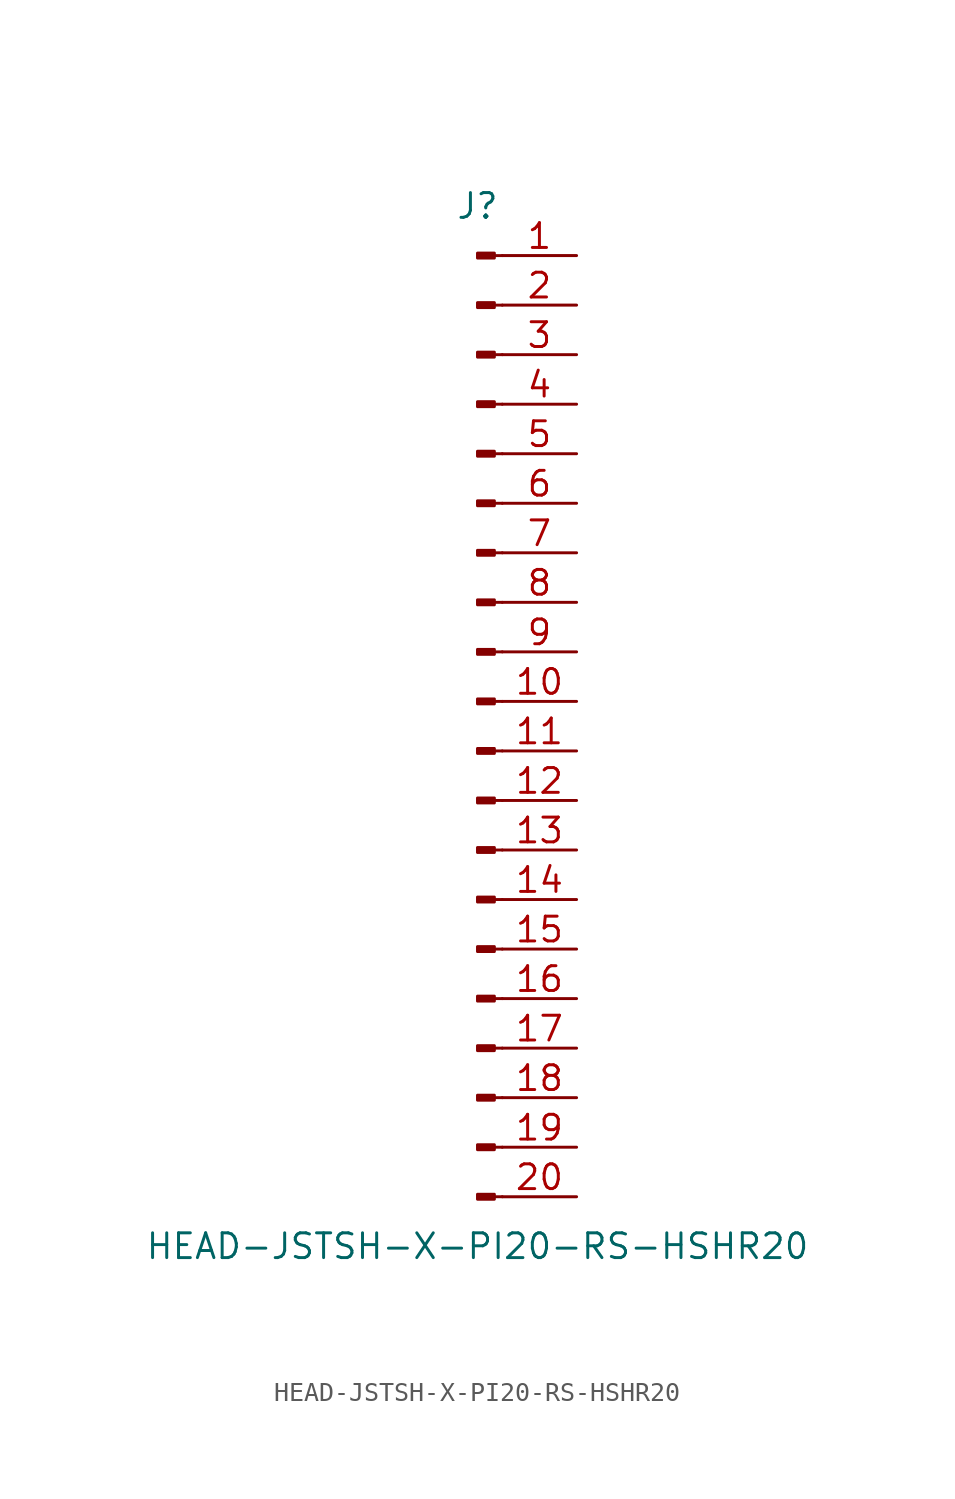
<source format=kicad_sym>
(kicad_symbol_lib
  (version 20211014)
  (generator kicad_symbol_editor)
  (symbol "HEAD-JSTSH-X-PI20-RS-HSHR20"
    (pin_names
      (offset 1.016) hide)
    (property "Reference" "J"
      (at 0 25.4 0)
      (effects (font (size 1.27 1.27))))
    (property "Value" "HEAD-JSTSH-X-PI20-RS-HSHR20"
      (at 0 -27.94 0)
      (effects (font (size 1.27 1.27))))
    (symbol "HEAD-JSTSH-X-PI20-RS-HSHR20_1_1"
      (polyline (pts (xy 1.27 -25.4) (xy 0.864 -25.4)) (stroke (width 0.152) (type default) (color 0 0 0 0)) (fill (type none)))
      (polyline (pts (xy 1.27 -22.86) (xy 0.864 -22.86)) (stroke (width 0.152) (type default) (color 0 0 0 0)) (fill (type none)))
      (polyline (pts (xy 1.27 -20.32) (xy 0.864 -20.32)) (stroke (width 0.152) (type default) (color 0 0 0 0)) (fill (type none)))
      (polyline (pts (xy 1.27 -17.78) (xy 0.864 -17.78)) (stroke (width 0.152) (type default) (color 0 0 0 0)) (fill (type none)))
      (polyline (pts (xy 1.27 -15.24) (xy 0.864 -15.24)) (stroke (width 0.152) (type default) (color 0 0 0 0)) (fill (type none)))
      (polyline (pts (xy 1.27 -12.7) (xy 0.864 -12.7)) (stroke (width 0.152) (type default) (color 0 0 0 0)) (fill (type none)))
      (polyline (pts (xy 1.27 -10.16) (xy 0.864 -10.16)) (stroke (width 0.152) (type default) (color 0 0 0 0)) (fill (type none)))
      (polyline (pts (xy 1.27 -7.62) (xy 0.864 -7.62)) (stroke (width 0.152) (type default) (color 0 0 0 0)) (fill (type none)))
      (polyline (pts (xy 1.27 -5.08) (xy 0.864 -5.08)) (stroke (width 0.152) (type default) (color 0 0 0 0)) (fill (type none)))
      (polyline (pts (xy 1.27 -2.54) (xy 0.864 -2.54)) (stroke (width 0.152) (type default) (color 0 0 0 0)) (fill (type none)))
      (polyline (pts (xy 1.27 0) (xy 0.864 0)) (stroke (width 0.152) (type default) (color 0 0 0 0)) (fill (type none)))
      (polyline (pts (xy 1.27 2.54) (xy 0.864 2.54)) (stroke (width 0.152) (type default) (color 0 0 0 0)) (fill (type none)))
      (polyline (pts (xy 1.27 5.08) (xy 0.864 5.08)) (stroke (width 0.152) (type default) (color 0 0 0 0)) (fill (type none)))
      (polyline (pts (xy 1.27 7.62) (xy 0.864 7.62)) (stroke (width 0.152) (type default) (color 0 0 0 0)) (fill (type none)))
      (polyline (pts (xy 1.27 10.16) (xy 0.864 10.16)) (stroke (width 0.152) (type default) (color 0 0 0 0)) (fill (type none)))
      (polyline (pts (xy 1.27 12.7) (xy 0.864 12.7)) (stroke (width 0.152) (type default) (color 0 0 0 0)) (fill (type none)))
      (polyline (pts (xy 1.27 15.24) (xy 0.864 15.24)) (stroke (width 0.152) (type default) (color 0 0 0 0)) (fill (type none)))
      (polyline (pts (xy 1.27 17.78) (xy 0.864 17.78)) (stroke (width 0.152) (type default) (color 0 0 0 0)) (fill (type none)))
      (polyline (pts (xy 1.27 20.32) (xy 0.864 20.32)) (stroke (width 0.152) (type default) (color 0 0 0 0)) (fill (type none)))
      (polyline (pts (xy 1.27 22.86) (xy 0.864 22.86)) (stroke (width 0.152) (type default) (color 0 0 0 0)) (fill (type none)))
      (rectangle (start 0.864 -25.273) (end 0 -25.527) (stroke (width 0.152) (type default) (color 0 0 0 0)) (fill (type outline)))
      (rectangle (start 0.864 -22.733) (end 0 -22.987) (stroke (width 0.152) (type default) (color 0 0 0 0)) (fill (type outline)))
      (rectangle (start 0.864 -20.193) (end 0 -20.447) (stroke (width 0.152) (type default) (color 0 0 0 0)) (fill (type outline)))
      (rectangle (start 0.864 -17.653) (end 0 -17.907) (stroke (width 0.152) (type default) (color 0 0 0 0)) (fill (type outline)))
      (rectangle (start 0.864 -15.113) (end 0 -15.367) (stroke (width 0.152) (type default) (color 0 0 0 0)) (fill (type outline)))
      (rectangle (start 0.864 -12.573) (end 0 -12.827) (stroke (width 0.152) (type default) (color 0 0 0 0)) (fill (type outline)))
      (rectangle (start 0.864 -10.033) (end 0 -10.287) (stroke (width 0.152) (type default) (color 0 0 0 0)) (fill (type outline)))
      (rectangle (start 0.864 -7.493) (end 0 -7.747) (stroke (width 0.152) (type default) (color 0 0 0 0)) (fill (type outline)))
      (rectangle (start 0.864 -4.953) (end 0 -5.207) (stroke (width 0.152) (type default) (color 0 0 0 0)) (fill (type outline)))
      (rectangle (start 0.864 -2.413) (end 0 -2.667) (stroke (width 0.152) (type default) (color 0 0 0 0)) (fill (type outline)))
      (rectangle (start 0.864 0.127) (end 0 -0.127) (stroke (width 0.152) (type default) (color 0 0 0 0)) (fill (type outline)))
      (rectangle (start 0.864 2.667) (end 0 2.413) (stroke (width 0.152) (type default) (color 0 0 0 0)) (fill (type outline)))
      (rectangle (start 0.864 5.207) (end 0 4.953) (stroke (width 0.152) (type default) (color 0 0 0 0)) (fill (type outline)))
      (rectangle (start 0.864 7.747) (end 0 7.493) (stroke (width 0.152) (type default) (color 0 0 0 0)) (fill (type outline)))
      (rectangle (start 0.864 10.287) (end 0 10.033) (stroke (width 0.152) (type default) (color 0 0 0 0)) (fill (type outline)))
      (rectangle (start 0.864 12.827) (end 0 12.573) (stroke (width 0.152) (type default) (color 0 0 0 0)) (fill (type outline)))
      (rectangle (start 0.864 15.367) (end 0 15.113) (stroke (width 0.152) (type default) (color 0 0 0 0)) (fill (type outline)))
      (rectangle (start 0.864 17.907) (end 0 17.653) (stroke (width 0.152) (type default) (color 0 0 0 0)) (fill (type outline)))
      (rectangle (start 0.864 20.447) (end 0 20.193) (stroke (width 0.152) (type default) (color 0 0 0 0)) (fill (type outline)))
      (rectangle (start 0.864 22.987) (end 0 22.733) (stroke (width 0.152) (type default) (color 0 0 0 0)) (fill (type outline)))
      (pin passive line (at 5.08 22.86 180) (length 3.81) (name "Pin_1" (effects (font (size 1.27 1.27)))) (number "1" (effects (font (size 1.27 1.27)))))
      (pin passive line (at 5.08 0 180) (length 3.81) (name "Pin_10" (effects (font (size 1.27 1.27)))) (number "10" (effects (font (size 1.27 1.27)))))
      (pin passive line (at 5.08 -2.54 180) (length 3.81) (name "Pin_11" (effects (font (size 1.27 1.27)))) (number "11" (effects (font (size 1.27 1.27)))))
      (pin passive line (at 5.08 -5.08 180) (length 3.81) (name "Pin_12" (effects (font (size 1.27 1.27)))) (number "12" (effects (font (size 1.27 1.27)))))
      (pin passive line (at 5.08 -7.62 180) (length 3.81) (name "Pin_13" (effects (font (size 1.27 1.27)))) (number "13" (effects (font (size 1.27 1.27)))))
      (pin passive line (at 5.08 -10.16 180) (length 3.81) (name "Pin_14" (effects (font (size 1.27 1.27)))) (number "14" (effects (font (size 1.27 1.27)))))
      (pin passive line (at 5.08 -12.7 180) (length 3.81) (name "Pin_15" (effects (font (size 1.27 1.27)))) (number "15" (effects (font (size 1.27 1.27)))))
      (pin passive line (at 5.08 -15.24 180) (length 3.81) (name "Pin_16" (effects (font (size 1.27 1.27)))) (number "16" (effects (font (size 1.27 1.27)))))
      (pin passive line (at 5.08 -17.78 180) (length 3.81) (name "Pin_17" (effects (font (size 1.27 1.27)))) (number "17" (effects (font (size 1.27 1.27)))))
      (pin passive line (at 5.08 -20.32 180) (length 3.81) (name "Pin_18" (effects (font (size 1.27 1.27)))) (number "18" (effects (font (size 1.27 1.27)))))
      (pin passive line (at 5.08 -22.86 180) (length 3.81) (name "Pin_19" (effects (font (size 1.27 1.27)))) (number "19" (effects (font (size 1.27 1.27)))))
      (pin passive line (at 5.08 20.32 180) (length 3.81) (name "Pin_2" (effects (font (size 1.27 1.27)))) (number "2" (effects (font (size 1.27 1.27)))))
      (pin passive line (at 5.08 -25.4 180) (length 3.81) (name "Pin_20" (effects (font (size 1.27 1.27)))) (number "20" (effects (font (size 1.27 1.27)))))
      (pin passive line (at 5.08 17.78 180) (length 3.81) (name "Pin_3" (effects (font (size 1.27 1.27)))) (number "3" (effects (font (size 1.27 1.27)))))
      (pin passive line (at 5.08 15.24 180) (length 3.81) (name "Pin_4" (effects (font (size 1.27 1.27)))) (number "4" (effects (font (size 1.27 1.27)))))
      (pin passive line (at 5.08 12.7 180) (length 3.81) (name "Pin_5" (effects (font (size 1.27 1.27)))) (number "5" (effects (font (size 1.27 1.27)))))
      (pin passive line (at 5.08 10.16 180) (length 3.81) (name "Pin_6" (effects (font (size 1.27 1.27)))) (number "6" (effects (font (size 1.27 1.27)))))
      (pin passive line (at 5.08 7.62 180) (length 3.81) (name "Pin_7" (effects (font (size 1.27 1.27)))) (number "7" (effects (font (size 1.27 1.27)))))
      (pin passive line (at 5.08 5.08 180) (length 3.81) (name "Pin_8" (effects (font (size 1.27 1.27)))) (number "8" (effects (font (size 1.27 1.27)))))
      (pin passive line (at 5.08 2.54 180) (length 3.81) (name "Pin_9" (effects (font (size 1.27 1.27)))) (number "9" (effects (font (size 1.27 1.27))))))))
</source>
